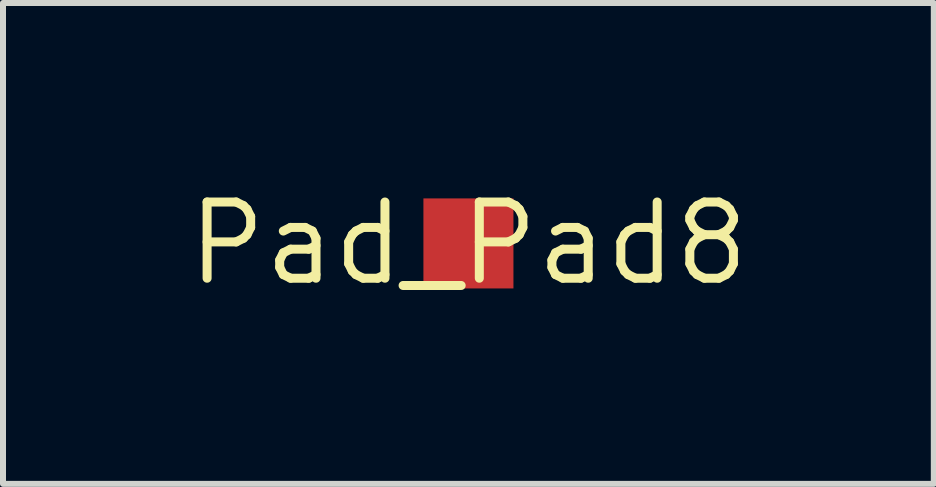
<source format=kicad_pcb>
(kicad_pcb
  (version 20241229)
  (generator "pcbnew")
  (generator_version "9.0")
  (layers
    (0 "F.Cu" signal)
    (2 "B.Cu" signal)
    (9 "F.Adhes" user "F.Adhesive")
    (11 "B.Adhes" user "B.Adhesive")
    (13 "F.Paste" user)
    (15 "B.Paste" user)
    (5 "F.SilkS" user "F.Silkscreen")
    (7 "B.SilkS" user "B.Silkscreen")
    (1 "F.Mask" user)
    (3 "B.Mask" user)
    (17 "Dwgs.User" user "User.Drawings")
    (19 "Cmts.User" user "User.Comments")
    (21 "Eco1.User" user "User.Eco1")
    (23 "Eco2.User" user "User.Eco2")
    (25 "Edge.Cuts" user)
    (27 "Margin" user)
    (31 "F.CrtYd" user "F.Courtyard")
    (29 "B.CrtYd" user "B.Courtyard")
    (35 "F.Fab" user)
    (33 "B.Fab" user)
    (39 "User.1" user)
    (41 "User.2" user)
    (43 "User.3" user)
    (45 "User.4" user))
  (footprint "Pad_Pad8"
    (layer "F.Cu")
    (at 4.755 1.006)
    (property "Reference" "Pad_Pad8" (at 0 0 0) (layer "F.SilkS") (effects (font (size 1.27 1.27) (thickness 0.15))))
    (attr through_hole)
    (pad "1" smd rect (at 0 0) (size 1.5 1.5) (layers "F.Cu" "F.Mask" "F.Paste")))
  (gr_rect
    (start -3 -3)
    (end 12.509 5.012)
    (stroke (width 0.1) (type default))
    (fill no)
    (layer "Edge.Cuts")))
</source>
